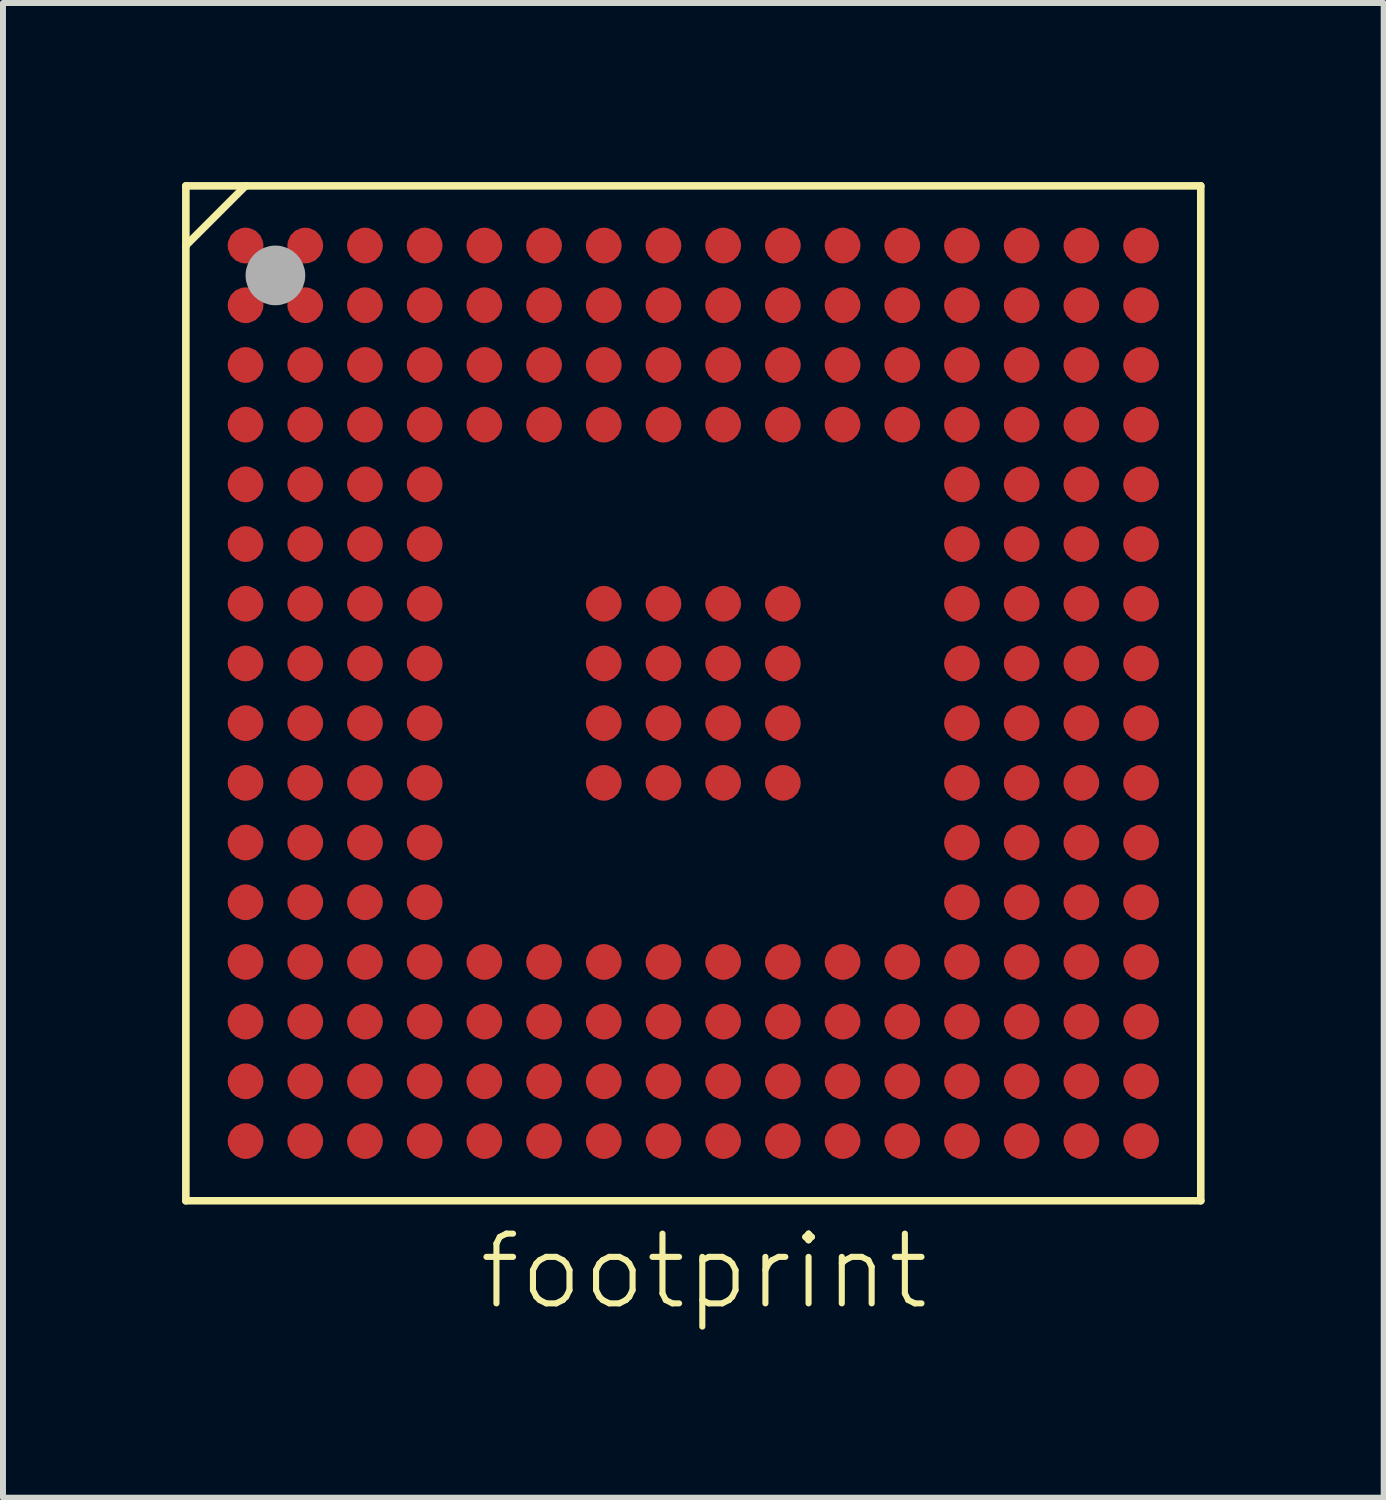
<source format=kicad_pcb>
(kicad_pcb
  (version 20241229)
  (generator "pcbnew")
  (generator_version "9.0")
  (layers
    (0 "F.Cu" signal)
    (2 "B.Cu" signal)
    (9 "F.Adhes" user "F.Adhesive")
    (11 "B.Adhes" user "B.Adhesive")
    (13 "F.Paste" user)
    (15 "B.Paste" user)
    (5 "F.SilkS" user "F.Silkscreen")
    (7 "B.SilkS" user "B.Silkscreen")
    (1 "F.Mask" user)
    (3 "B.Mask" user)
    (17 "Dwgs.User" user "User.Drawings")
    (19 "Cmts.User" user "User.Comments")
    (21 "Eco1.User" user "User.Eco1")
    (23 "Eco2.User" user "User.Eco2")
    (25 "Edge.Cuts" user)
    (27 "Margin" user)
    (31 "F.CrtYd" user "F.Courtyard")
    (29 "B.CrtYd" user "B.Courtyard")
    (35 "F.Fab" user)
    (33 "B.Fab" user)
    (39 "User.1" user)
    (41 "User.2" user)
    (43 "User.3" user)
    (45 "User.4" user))
  (footprint "footprint"
    (layer "F.Cu")
    (at 8.563 8.563)
    (property "Reference" "footprint" (at 4 9 0) (layer "F.SilkS") (effects (font (size 1.168 1.168) (thickness 0.102)) (justify right top)))
    (fp_line (start -8.5 -8.5) (end -8.5 -7.5) (stroke (width 0.127) (type solid)) (layer "F.SilkS"))
    (fp_line (start -8.5 -7.5) (end -8.5 8.5) (stroke (width 0.127) (type solid)) (layer "F.SilkS"))
    (fp_line (start -8.5 -7.5) (end -7.5 -8.5) (stroke (width 0.127) (type solid)) (layer "F.SilkS"))
    (fp_line (start -8.5 8.5) (end 8.5 8.5) (stroke (width 0.127) (type solid)) (layer "F.SilkS"))
    (fp_line (start -7.5 -8.5) (end -8.5 -8.5) (stroke (width 0.127) (type solid)) (layer "F.SilkS"))
    (fp_line (start 8.5 -8.5) (end -7.5 -8.5) (stroke (width 0.127) (type solid)) (layer "F.SilkS"))
    (fp_line (start 8.5 8.5) (end 8.5 -8.5) (stroke (width 0.127) (type solid)) (layer "F.SilkS"))
    (fp_circle (center -7 -7) (end -6.75 -7) (stroke (width 0.5) (type solid)) (fill no) (layer "F.Fab"))
    (pad "A1" smd roundrect (at -7.5 -7.5 180) (size 0.6 0.6) (layers "F.Cu" "F.Mask" "F.Paste") (roundrect_rratio 0.5))
    (pad "A2" smd roundrect (at -6.5 -7.5 180) (size 0.6 0.6) (layers "F.Cu" "F.Mask" "F.Paste") (roundrect_rratio 0.5))
    (pad "A3" smd roundrect (at -5.5 -7.5 180) (size 0.6 0.6) (layers "F.Cu" "F.Mask" "F.Paste") (roundrect_rratio 0.5))
    (pad "A4" smd roundrect (at -4.5 -7.5 180) (size 0.6 0.6) (layers "F.Cu" "F.Mask" "F.Paste") (roundrect_rratio 0.5))
    (pad "A5" smd roundrect (at -3.5 -7.5 180) (size 0.6 0.6) (layers "F.Cu" "F.Mask" "F.Paste") (roundrect_rratio 0.5))
    (pad "A6" smd roundrect (at -2.5 -7.5 180) (size 0.6 0.6) (layers "F.Cu" "F.Mask" "F.Paste") (roundrect_rratio 0.5))
    (pad "A7" smd roundrect (at -1.5 -7.5 180) (size 0.6 0.6) (layers "F.Cu" "F.Mask" "F.Paste") (roundrect_rratio 0.5))
    (pad "A8" smd roundrect (at -0.5 -7.5 180) (size 0.6 0.6) (layers "F.Cu" "F.Mask" "F.Paste") (roundrect_rratio 0.5))
    (pad "A9" smd roundrect (at 0.5 -7.5 180) (size 0.6 0.6) (layers "F.Cu" "F.Mask" "F.Paste") (roundrect_rratio 0.5))
    (pad "A10" smd roundrect (at 1.5 -7.5 180) (size 0.6 0.6) (layers "F.Cu" "F.Mask" "F.Paste") (roundrect_rratio 0.5))
    (pad "A11" smd roundrect (at 2.5 -7.5 180) (size 0.6 0.6) (layers "F.Cu" "F.Mask" "F.Paste") (roundrect_rratio 0.5))
    (pad "A12" smd roundrect (at 3.5 -7.5 180) (size 0.6 0.6) (layers "F.Cu" "F.Mask" "F.Paste") (roundrect_rratio 0.5))
    (pad "A13" smd roundrect (at 4.5 -7.5 180) (size 0.6 0.6) (layers "F.Cu" "F.Mask" "F.Paste") (roundrect_rratio 0.5))
    (pad "A14" smd roundrect (at 5.5 -7.5 180) (size 0.6 0.6) (layers "F.Cu" "F.Mask" "F.Paste") (roundrect_rratio 0.5))
    (pad "A15" smd roundrect (at 6.5 -7.5 180) (size 0.6 0.6) (layers "F.Cu" "F.Mask" "F.Paste") (roundrect_rratio 0.5))
    (pad "A16" smd roundrect (at 7.5 -7.5 180) (size 0.6 0.6) (layers "F.Cu" "F.Mask" "F.Paste") (roundrect_rratio 0.5))
    (pad "B1" smd roundrect (at -7.5 -6.5 180) (size 0.6 0.6) (layers "F.Cu" "F.Mask" "F.Paste") (roundrect_rratio 0.5))
    (pad "B2" smd roundrect (at -6.5 -6.5 180) (size 0.6 0.6) (layers "F.Cu" "F.Mask" "F.Paste") (roundrect_rratio 0.5))
    (pad "B3" smd roundrect (at -5.5 -6.5 180) (size 0.6 0.6) (layers "F.Cu" "F.Mask" "F.Paste") (roundrect_rratio 0.5))
    (pad "B4" smd roundrect (at -4.5 -6.5 180) (size 0.6 0.6) (layers "F.Cu" "F.Mask" "F.Paste") (roundrect_rratio 0.5))
    (pad "B5" smd roundrect (at -3.5 -6.5 180) (size 0.6 0.6) (layers "F.Cu" "F.Mask" "F.Paste") (roundrect_rratio 0.5))
    (pad "B6" smd roundrect (at -2.5 -6.5 180) (size 0.6 0.6) (layers "F.Cu" "F.Mask" "F.Paste") (roundrect_rratio 0.5))
    (pad "B7" smd roundrect (at -1.5 -6.5 180) (size 0.6 0.6) (layers "F.Cu" "F.Mask" "F.Paste") (roundrect_rratio 0.5))
    (pad "B8" smd roundrect (at -0.5 -6.5 180) (size 0.6 0.6) (layers "F.Cu" "F.Mask" "F.Paste") (roundrect_rratio 0.5))
    (pad "B9" smd roundrect (at 0.5 -6.5 180) (size 0.6 0.6) (layers "F.Cu" "F.Mask" "F.Paste") (roundrect_rratio 0.5))
    (pad "B10" smd roundrect (at 1.5 -6.5 180) (size 0.6 0.6) (layers "F.Cu" "F.Mask" "F.Paste") (roundrect_rratio 0.5))
    (pad "B11" smd roundrect (at 2.5 -6.5 180) (size 0.6 0.6) (layers "F.Cu" "F.Mask" "F.Paste") (roundrect_rratio 0.5))
    (pad "B12" smd roundrect (at 3.5 -6.5 180) (size 0.6 0.6) (layers "F.Cu" "F.Mask" "F.Paste") (roundrect_rratio 0.5))
    (pad "B13" smd roundrect (at 4.5 -6.5 180) (size 0.6 0.6) (layers "F.Cu" "F.Mask" "F.Paste") (roundrect_rratio 0.5))
    (pad "B14" smd roundrect (at 5.5 -6.5 180) (size 0.6 0.6) (layers "F.Cu" "F.Mask" "F.Paste") (roundrect_rratio 0.5))
    (pad "B15" smd roundrect (at 6.5 -6.5 180) (size 0.6 0.6) (layers "F.Cu" "F.Mask" "F.Paste") (roundrect_rratio 0.5))
    (pad "B16" smd roundrect (at 7.5 -6.5 180) (size 0.6 0.6) (layers "F.Cu" "F.Mask" "F.Paste") (roundrect_rratio 0.5))
    (pad "C1" smd roundrect (at -7.5 -5.5 180) (size 0.6 0.6) (layers "F.Cu" "F.Mask" "F.Paste") (roundrect_rratio 0.5))
    (pad "C2" smd roundrect (at -6.5 -5.5 180) (size 0.6 0.6) (layers "F.Cu" "F.Mask" "F.Paste") (roundrect_rratio 0.5))
    (pad "C3" smd roundrect (at -5.5 -5.5 180) (size 0.6 0.6) (layers "F.Cu" "F.Mask" "F.Paste") (roundrect_rratio 0.5))
    (pad "C4" smd roundrect (at -4.5 -5.5 180) (size 0.6 0.6) (layers "F.Cu" "F.Mask" "F.Paste") (roundrect_rratio 0.5))
    (pad "C5" smd roundrect (at -3.5 -5.5 180) (size 0.6 0.6) (layers "F.Cu" "F.Mask" "F.Paste") (roundrect_rratio 0.5))
    (pad "C6" smd roundrect (at -2.5 -5.5 180) (size 0.6 0.6) (layers "F.Cu" "F.Mask" "F.Paste") (roundrect_rratio 0.5))
    (pad "C7" smd roundrect (at -1.5 -5.5 180) (size 0.6 0.6) (layers "F.Cu" "F.Mask" "F.Paste") (roundrect_rratio 0.5))
    (pad "C8" smd roundrect (at -0.5 -5.5 180) (size 0.6 0.6) (layers "F.Cu" "F.Mask" "F.Paste") (roundrect_rratio 0.5))
    (pad "C9" smd roundrect (at 0.5 -5.5 180) (size 0.6 0.6) (layers "F.Cu" "F.Mask" "F.Paste") (roundrect_rratio 0.5))
    (pad "C10" smd roundrect (at 1.5 -5.5 180) (size 0.6 0.6) (layers "F.Cu" "F.Mask" "F.Paste") (roundrect_rratio 0.5))
    (pad "C11" smd roundrect (at 2.5 -5.5 180) (size 0.6 0.6) (layers "F.Cu" "F.Mask" "F.Paste") (roundrect_rratio 0.5))
    (pad "C12" smd roundrect (at 3.5 -5.5 180) (size 0.6 0.6) (layers "F.Cu" "F.Mask" "F.Paste") (roundrect_rratio 0.5))
    (pad "C13" smd roundrect (at 4.5 -5.5 180) (size 0.6 0.6) (layers "F.Cu" "F.Mask" "F.Paste") (roundrect_rratio 0.5))
    (pad "C14" smd roundrect (at 5.5 -5.5 180) (size 0.6 0.6) (layers "F.Cu" "F.Mask" "F.Paste") (roundrect_rratio 0.5))
    (pad "C15" smd roundrect (at 6.5 -5.5 180) (size 0.6 0.6) (layers "F.Cu" "F.Mask" "F.Paste") (roundrect_rratio 0.5))
    (pad "C16" smd roundrect (at 7.5 -5.5 180) (size 0.6 0.6) (layers "F.Cu" "F.Mask" "F.Paste") (roundrect_rratio 0.5))
    (pad "D1" smd roundrect (at -7.5 -4.5 180) (size 0.6 0.6) (layers "F.Cu" "F.Mask" "F.Paste") (roundrect_rratio 0.5))
    (pad "D2" smd roundrect (at -6.5 -4.5 180) (size 0.6 0.6) (layers "F.Cu" "F.Mask" "F.Paste") (roundrect_rratio 0.5))
    (pad "D3" smd roundrect (at -5.5 -4.5 180) (size 0.6 0.6) (layers "F.Cu" "F.Mask" "F.Paste") (roundrect_rratio 0.5))
    (pad "D4" smd roundrect (at -4.5 -4.5 180) (size 0.6 0.6) (layers "F.Cu" "F.Mask" "F.Paste") (roundrect_rratio 0.5))
    (pad "D5" smd roundrect (at -3.5 -4.5 180) (size 0.6 0.6) (layers "F.Cu" "F.Mask" "F.Paste") (roundrect_rratio 0.5))
    (pad "D6" smd roundrect (at -2.5 -4.5 180) (size 0.6 0.6) (layers "F.Cu" "F.Mask" "F.Paste") (roundrect_rratio 0.5))
    (pad "D7" smd roundrect (at -1.5 -4.5 180) (size 0.6 0.6) (layers "F.Cu" "F.Mask" "F.Paste") (roundrect_rratio 0.5))
    (pad "D8" smd roundrect (at -0.5 -4.5 180) (size 0.6 0.6) (layers "F.Cu" "F.Mask" "F.Paste") (roundrect_rratio 0.5))
    (pad "D9" smd roundrect (at 0.5 -4.5 180) (size 0.6 0.6) (layers "F.Cu" "F.Mask" "F.Paste") (roundrect_rratio 0.5))
    (pad "D10" smd roundrect (at 1.5 -4.5 180) (size 0.6 0.6) (layers "F.Cu" "F.Mask" "F.Paste") (roundrect_rratio 0.5))
    (pad "D11" smd roundrect (at 2.5 -4.5 180) (size 0.6 0.6) (layers "F.Cu" "F.Mask" "F.Paste") (roundrect_rratio 0.5))
    (pad "D12" smd roundrect (at 3.5 -4.5 180) (size 0.6 0.6) (layers "F.Cu" "F.Mask" "F.Paste") (roundrect_rratio 0.5))
    (pad "D13" smd roundrect (at 4.5 -4.5 180) (size 0.6 0.6) (layers "F.Cu" "F.Mask" "F.Paste") (roundrect_rratio 0.5))
    (pad "D14" smd roundrect (at 5.5 -4.5 180) (size 0.6 0.6) (layers "F.Cu" "F.Mask" "F.Paste") (roundrect_rratio 0.5))
    (pad "D15" smd roundrect (at 6.5 -4.5 180) (size 0.6 0.6) (layers "F.Cu" "F.Mask" "F.Paste") (roundrect_rratio 0.5))
    (pad "D16" smd roundrect (at 7.5 -4.5 180) (size 0.6 0.6) (layers "F.Cu" "F.Mask" "F.Paste") (roundrect_rratio 0.5))
    (pad "E1" smd roundrect (at -7.5 -3.5 180) (size 0.6 0.6) (layers "F.Cu" "F.Mask" "F.Paste") (roundrect_rratio 0.5))
    (pad "E2" smd roundrect (at -6.5 -3.5 180) (size 0.6 0.6) (layers "F.Cu" "F.Mask" "F.Paste") (roundrect_rratio 0.5))
    (pad "E3" smd roundrect (at -5.5 -3.5 180) (size 0.6 0.6) (layers "F.Cu" "F.Mask" "F.Paste") (roundrect_rratio 0.5))
    (pad "E4" smd roundrect (at -4.5 -3.5 180) (size 0.6 0.6) (layers "F.Cu" "F.Mask" "F.Paste") (roundrect_rratio 0.5))
    (pad "E13" smd roundrect (at 4.5 -3.5 180) (size 0.6 0.6) (layers "F.Cu" "F.Mask" "F.Paste") (roundrect_rratio 0.5))
    (pad "E14" smd roundrect (at 5.5 -3.5 180) (size 0.6 0.6) (layers "F.Cu" "F.Mask" "F.Paste") (roundrect_rratio 0.5))
    (pad "E15" smd roundrect (at 6.5 -3.5 180) (size 0.6 0.6) (layers "F.Cu" "F.Mask" "F.Paste") (roundrect_rratio 0.5))
    (pad "E16" smd roundrect (at 7.5 -3.5 180) (size 0.6 0.6) (layers "F.Cu" "F.Mask" "F.Paste") (roundrect_rratio 0.5))
    (pad "F1" smd roundrect (at -7.5 -2.5 180) (size 0.6 0.6) (layers "F.Cu" "F.Mask" "F.Paste") (roundrect_rratio 0.5))
    (pad "F2" smd roundrect (at -6.5 -2.5 180) (size 0.6 0.6) (layers "F.Cu" "F.Mask" "F.Paste") (roundrect_rratio 0.5))
    (pad "F3" smd roundrect (at -5.5 -2.5 180) (size 0.6 0.6) (layers "F.Cu" "F.Mask" "F.Paste") (roundrect_rratio 0.5))
    (pad "F4" smd roundrect (at -4.5 -2.5 180) (size 0.6 0.6) (layers "F.Cu" "F.Mask" "F.Paste") (roundrect_rratio 0.5))
    (pad "F13" smd roundrect (at 4.5 -2.5 180) (size 0.6 0.6) (layers "F.Cu" "F.Mask" "F.Paste") (roundrect_rratio 0.5))
    (pad "F14" smd roundrect (at 5.5 -2.5 180) (size 0.6 0.6) (layers "F.Cu" "F.Mask" "F.Paste") (roundrect_rratio 0.5))
    (pad "F15" smd roundrect (at 6.5 -2.5 180) (size 0.6 0.6) (layers "F.Cu" "F.Mask" "F.Paste") (roundrect_rratio 0.5))
    (pad "F16" smd roundrect (at 7.5 -2.5 180) (size 0.6 0.6) (layers "F.Cu" "F.Mask" "F.Paste") (roundrect_rratio 0.5))
    (pad "G1" smd roundrect (at -7.5 -1.5 180) (size 0.6 0.6) (layers "F.Cu" "F.Mask" "F.Paste") (roundrect_rratio 0.5))
    (pad "G2" smd roundrect (at -6.5 -1.5 180) (size 0.6 0.6) (layers "F.Cu" "F.Mask" "F.Paste") (roundrect_rratio 0.5))
    (pad "G3" smd roundrect (at -5.5 -1.5 180) (size 0.6 0.6) (layers "F.Cu" "F.Mask" "F.Paste") (roundrect_rratio 0.5))
    (pad "G4" smd roundrect (at -4.5 -1.5 180) (size 0.6 0.6) (layers "F.Cu" "F.Mask" "F.Paste") (roundrect_rratio 0.5))
    (pad "G7" smd roundrect (at -1.5 -1.5 180) (size 0.6 0.6) (layers "F.Cu" "F.Mask" "F.Paste") (roundrect_rratio 0.5))
    (pad "G8" smd roundrect (at -0.5 -1.5 180) (size 0.6 0.6) (layers "F.Cu" "F.Mask" "F.Paste") (roundrect_rratio 0.5))
    (pad "G9" smd roundrect (at 0.5 -1.5 180) (size 0.6 0.6) (layers "F.Cu" "F.Mask" "F.Paste") (roundrect_rratio 0.5))
    (pad "G10" smd roundrect (at 1.5 -1.5 180) (size 0.6 0.6) (layers "F.Cu" "F.Mask" "F.Paste") (roundrect_rratio 0.5))
    (pad "G13" smd roundrect (at 4.5 -1.5 180) (size 0.6 0.6) (layers "F.Cu" "F.Mask" "F.Paste") (roundrect_rratio 0.5))
    (pad "G14" smd roundrect (at 5.5 -1.5 180) (size 0.6 0.6) (layers "F.Cu" "F.Mask" "F.Paste") (roundrect_rratio 0.5))
    (pad "G15" smd roundrect (at 6.5 -1.5 180) (size 0.6 0.6) (layers "F.Cu" "F.Mask" "F.Paste") (roundrect_rratio 0.5))
    (pad "G16" smd roundrect (at 7.5 -1.5 180) (size 0.6 0.6) (layers "F.Cu" "F.Mask" "F.Paste") (roundrect_rratio 0.5))
    (pad "H1" smd roundrect (at -7.5 -0.5 180) (size 0.6 0.6) (layers "F.Cu" "F.Mask" "F.Paste") (roundrect_rratio 0.5))
    (pad "H2" smd roundrect (at -6.5 -0.5 180) (size 0.6 0.6) (layers "F.Cu" "F.Mask" "F.Paste") (roundrect_rratio 0.5))
    (pad "H3" smd roundrect (at -5.5 -0.5 180) (size 0.6 0.6) (layers "F.Cu" "F.Mask" "F.Paste") (roundrect_rratio 0.5))
    (pad "H4" smd roundrect (at -4.5 -0.5 180) (size 0.6 0.6) (layers "F.Cu" "F.Mask" "F.Paste") (roundrect_rratio 0.5))
    (pad "H7" smd roundrect (at -1.5 -0.5 180) (size 0.6 0.6) (layers "F.Cu" "F.Mask" "F.Paste") (roundrect_rratio 0.5))
    (pad "H8" smd roundrect (at -0.5 -0.5 180) (size 0.6 0.6) (layers "F.Cu" "F.Mask" "F.Paste") (roundrect_rratio 0.5))
    (pad "H9" smd roundrect (at 0.5 -0.5 180) (size 0.6 0.6) (layers "F.Cu" "F.Mask" "F.Paste") (roundrect_rratio 0.5))
    (pad "H10" smd roundrect (at 1.5 -0.5 180) (size 0.6 0.6) (layers "F.Cu" "F.Mask" "F.Paste") (roundrect_rratio 0.5))
    (pad "H13" smd roundrect (at 4.5 -0.5 180) (size 0.6 0.6) (layers "F.Cu" "F.Mask" "F.Paste") (roundrect_rratio 0.5))
    (pad "H14" smd roundrect (at 5.5 -0.5 180) (size 0.6 0.6) (layers "F.Cu" "F.Mask" "F.Paste") (roundrect_rratio 0.5))
    (pad "H15" smd roundrect (at 6.5 -0.5 180) (size 0.6 0.6) (layers "F.Cu" "F.Mask" "F.Paste") (roundrect_rratio 0.5))
    (pad "H16" smd roundrect (at 7.5 -0.5 180) (size 0.6 0.6) (layers "F.Cu" "F.Mask" "F.Paste") (roundrect_rratio 0.5))
    (pad "J1" smd roundrect (at -7.5 0.5 180) (size 0.6 0.6) (layers "F.Cu" "F.Mask" "F.Paste") (roundrect_rratio 0.5))
    (pad "J2" smd roundrect (at -6.5 0.5 180) (size 0.6 0.6) (layers "F.Cu" "F.Mask" "F.Paste") (roundrect_rratio 0.5))
    (pad "J3" smd roundrect (at -5.5 0.5 180) (size 0.6 0.6) (layers "F.Cu" "F.Mask" "F.Paste") (roundrect_rratio 0.5))
    (pad "J4" smd roundrect (at -4.5 0.5 180) (size 0.6 0.6) (layers "F.Cu" "F.Mask" "F.Paste") (roundrect_rratio 0.5))
    (pad "J7" smd roundrect (at -1.5 0.5 180) (size 0.6 0.6) (layers "F.Cu" "F.Mask" "F.Paste") (roundrect_rratio 0.5))
    (pad "J8" smd roundrect (at -0.5 0.5 180) (size 0.6 0.6) (layers "F.Cu" "F.Mask" "F.Paste") (roundrect_rratio 0.5))
    (pad "J9" smd roundrect (at 0.5 0.5 180) (size 0.6 0.6) (layers "F.Cu" "F.Mask" "F.Paste") (roundrect_rratio 0.5))
    (pad "J10" smd roundrect (at 1.5 0.5 180) (size 0.6 0.6) (layers "F.Cu" "F.Mask" "F.Paste") (roundrect_rratio 0.5))
    (pad "J13" smd roundrect (at 4.5 0.5 180) (size 0.6 0.6) (layers "F.Cu" "F.Mask" "F.Paste") (roundrect_rratio 0.5))
    (pad "J14" smd roundrect (at 5.5 0.5 180) (size 0.6 0.6) (layers "F.Cu" "F.Mask" "F.Paste") (roundrect_rratio 0.5))
    (pad "J15" smd roundrect (at 6.5 0.5 180) (size 0.6 0.6) (layers "F.Cu" "F.Mask" "F.Paste") (roundrect_rratio 0.5))
    (pad "J16" smd roundrect (at 7.5 0.5 180) (size 0.6 0.6) (layers "F.Cu" "F.Mask" "F.Paste") (roundrect_rratio 0.5))
    (pad "K1" smd roundrect (at -7.5 1.5 180) (size 0.6 0.6) (layers "F.Cu" "F.Mask" "F.Paste") (roundrect_rratio 0.5))
    (pad "K2" smd roundrect (at -6.5 1.5 180) (size 0.6 0.6) (layers "F.Cu" "F.Mask" "F.Paste") (roundrect_rratio 0.5))
    (pad "K3" smd roundrect (at -5.5 1.5 180) (size 0.6 0.6) (layers "F.Cu" "F.Mask" "F.Paste") (roundrect_rratio 0.5))
    (pad "K4" smd roundrect (at -4.5 1.5 180) (size 0.6 0.6) (layers "F.Cu" "F.Mask" "F.Paste") (roundrect_rratio 0.5))
    (pad "K7" smd roundrect (at -1.5 1.5 180) (size 0.6 0.6) (layers "F.Cu" "F.Mask" "F.Paste") (roundrect_rratio 0.5))
    (pad "K8" smd roundrect (at -0.5 1.5 180) (size 0.6 0.6) (layers "F.Cu" "F.Mask" "F.Paste") (roundrect_rratio 0.5))
    (pad "K9" smd roundrect (at 0.5 1.5 180) (size 0.6 0.6) (layers "F.Cu" "F.Mask" "F.Paste") (roundrect_rratio 0.5))
    (pad "K10" smd roundrect (at 1.5 1.5 180) (size 0.6 0.6) (layers "F.Cu" "F.Mask" "F.Paste") (roundrect_rratio 0.5))
    (pad "K13" smd roundrect (at 4.5 1.5 180) (size 0.6 0.6) (layers "F.Cu" "F.Mask" "F.Paste") (roundrect_rratio 0.5))
    (pad "K14" smd roundrect (at 5.5 1.5 180) (size 0.6 0.6) (layers "F.Cu" "F.Mask" "F.Paste") (roundrect_rratio 0.5))
    (pad "K15" smd roundrect (at 6.5 1.5 180) (size 0.6 0.6) (layers "F.Cu" "F.Mask" "F.Paste") (roundrect_rratio 0.5))
    (pad "K16" smd roundrect (at 7.5 1.5 180) (size 0.6 0.6) (layers "F.Cu" "F.Mask" "F.Paste") (roundrect_rratio 0.5))
    (pad "L1" smd roundrect (at -7.5 2.5 180) (size 0.6 0.6) (layers "F.Cu" "F.Mask" "F.Paste") (roundrect_rratio 0.5))
    (pad "L2" smd roundrect (at -6.5 2.5 180) (size 0.6 0.6) (layers "F.Cu" "F.Mask" "F.Paste") (roundrect_rratio 0.5))
    (pad "L3" smd roundrect (at -5.5 2.5 180) (size 0.6 0.6) (layers "F.Cu" "F.Mask" "F.Paste") (roundrect_rratio 0.5))
    (pad "L4" smd roundrect (at -4.5 2.5 180) (size 0.6 0.6) (layers "F.Cu" "F.Mask" "F.Paste") (roundrect_rratio 0.5))
    (pad "L13" smd roundrect (at 4.5 2.5 180) (size 0.6 0.6) (layers "F.Cu" "F.Mask" "F.Paste") (roundrect_rratio 0.5))
    (pad "L14" smd roundrect (at 5.5 2.5 180) (size 0.6 0.6) (layers "F.Cu" "F.Mask" "F.Paste") (roundrect_rratio 0.5))
    (pad "L15" smd roundrect (at 6.5 2.5 180) (size 0.6 0.6) (layers "F.Cu" "F.Mask" "F.Paste") (roundrect_rratio 0.5))
    (pad "L16" smd roundrect (at 7.5 2.5 180) (size 0.6 0.6) (layers "F.Cu" "F.Mask" "F.Paste") (roundrect_rratio 0.5))
    (pad "M1" smd roundrect (at -7.5 3.5 180) (size 0.6 0.6) (layers "F.Cu" "F.Mask" "F.Paste") (roundrect_rratio 0.5))
    (pad "M2" smd roundrect (at -6.5 3.5 180) (size 0.6 0.6) (layers "F.Cu" "F.Mask" "F.Paste") (roundrect_rratio 0.5))
    (pad "M3" smd roundrect (at -5.5 3.5 180) (size 0.6 0.6) (layers "F.Cu" "F.Mask" "F.Paste") (roundrect_rratio 0.5))
    (pad "M4" smd roundrect (at -4.5 3.5 180) (size 0.6 0.6) (layers "F.Cu" "F.Mask" "F.Paste") (roundrect_rratio 0.5))
    (pad "M13" smd roundrect (at 4.5 3.5 180) (size 0.6 0.6) (layers "F.Cu" "F.Mask" "F.Paste") (roundrect_rratio 0.5))
    (pad "M14" smd roundrect (at 5.5 3.5 180) (size 0.6 0.6) (layers "F.Cu" "F.Mask" "F.Paste") (roundrect_rratio 0.5))
    (pad "M15" smd roundrect (at 6.5 3.5 180) (size 0.6 0.6) (layers "F.Cu" "F.Mask" "F.Paste") (roundrect_rratio 0.5))
    (pad "M16" smd roundrect (at 7.5 3.5 180) (size 0.6 0.6) (layers "F.Cu" "F.Mask" "F.Paste") (roundrect_rratio 0.5))
    (pad "N1" smd roundrect (at -7.5 4.5 180) (size 0.6 0.6) (layers "F.Cu" "F.Mask" "F.Paste") (roundrect_rratio 0.5))
    (pad "N2" smd roundrect (at -6.5 4.5 180) (size 0.6 0.6) (layers "F.Cu" "F.Mask" "F.Paste") (roundrect_rratio 0.5))
    (pad "N3" smd roundrect (at -5.5 4.5 180) (size 0.6 0.6) (layers "F.Cu" "F.Mask" "F.Paste") (roundrect_rratio 0.5))
    (pad "N4" smd roundrect (at -4.5 4.5 180) (size 0.6 0.6) (layers "F.Cu" "F.Mask" "F.Paste") (roundrect_rratio 0.5))
    (pad "N5" smd roundrect (at -3.5 4.5 180) (size 0.6 0.6) (layers "F.Cu" "F.Mask" "F.Paste") (roundrect_rratio 0.5))
    (pad "N6" smd roundrect (at -2.5 4.5 180) (size 0.6 0.6) (layers "F.Cu" "F.Mask" "F.Paste") (roundrect_rratio 0.5))
    (pad "N7" smd roundrect (at -1.5 4.5 180) (size 0.6 0.6) (layers "F.Cu" "F.Mask" "F.Paste") (roundrect_rratio 0.5))
    (pad "N8" smd roundrect (at -0.5 4.5 180) (size 0.6 0.6) (layers "F.Cu" "F.Mask" "F.Paste") (roundrect_rratio 0.5))
    (pad "N9" smd roundrect (at 0.5 4.5 180) (size 0.6 0.6) (layers "F.Cu" "F.Mask" "F.Paste") (roundrect_rratio 0.5))
    (pad "N10" smd roundrect (at 1.5 4.5 180) (size 0.6 0.6) (layers "F.Cu" "F.Mask" "F.Paste") (roundrect_rratio 0.5))
    (pad "N11" smd roundrect (at 2.5 4.5 180) (size 0.6 0.6) (layers "F.Cu" "F.Mask" "F.Paste") (roundrect_rratio 0.5))
    (pad "N12" smd roundrect (at 3.5 4.5 180) (size 0.6 0.6) (layers "F.Cu" "F.Mask" "F.Paste") (roundrect_rratio 0.5))
    (pad "N13" smd roundrect (at 4.5 4.5 180) (size 0.6 0.6) (layers "F.Cu" "F.Mask" "F.Paste") (roundrect_rratio 0.5))
    (pad "N14" smd roundrect (at 5.5 4.5 180) (size 0.6 0.6) (layers "F.Cu" "F.Mask" "F.Paste") (roundrect_rratio 0.5))
    (pad "N15" smd roundrect (at 6.5 4.5 180) (size 0.6 0.6) (layers "F.Cu" "F.Mask" "F.Paste") (roundrect_rratio 0.5))
    (pad "N16" smd roundrect (at 7.5 4.5 180) (size 0.6 0.6) (layers "F.Cu" "F.Mask" "F.Paste") (roundrect_rratio 0.5))
    (pad "P1" smd roundrect (at -7.5 5.5 180) (size 0.6 0.6) (layers "F.Cu" "F.Mask" "F.Paste") (roundrect_rratio 0.5))
    (pad "P2" smd roundrect (at -6.5 5.5 180) (size 0.6 0.6) (layers "F.Cu" "F.Mask" "F.Paste") (roundrect_rratio 0.5))
    (pad "P3" smd roundrect (at -5.5 5.5 180) (size 0.6 0.6) (layers "F.Cu" "F.Mask" "F.Paste") (roundrect_rratio 0.5))
    (pad "P4" smd roundrect (at -4.5 5.5 180) (size 0.6 0.6) (layers "F.Cu" "F.Mask" "F.Paste") (roundrect_rratio 0.5))
    (pad "P5" smd roundrect (at -3.5 5.5 180) (size 0.6 0.6) (layers "F.Cu" "F.Mask" "F.Paste") (roundrect_rratio 0.5))
    (pad "P6" smd roundrect (at -2.5 5.5 180) (size 0.6 0.6) (layers "F.Cu" "F.Mask" "F.Paste") (roundrect_rratio 0.5))
    (pad "P7" smd roundrect (at -1.5 5.5 180) (size 0.6 0.6) (layers "F.Cu" "F.Mask" "F.Paste") (roundrect_rratio 0.5))
    (pad "P8" smd roundrect (at -0.5 5.5 180) (size 0.6 0.6) (layers "F.Cu" "F.Mask" "F.Paste") (roundrect_rratio 0.5))
    (pad "P9" smd roundrect (at 0.5 5.5 180) (size 0.6 0.6) (layers "F.Cu" "F.Mask" "F.Paste") (roundrect_rratio 0.5))
    (pad "P10" smd roundrect (at 1.5 5.5 180) (size 0.6 0.6) (layers "F.Cu" "F.Mask" "F.Paste") (roundrect_rratio 0.5))
    (pad "P11" smd roundrect (at 2.5 5.5 180) (size 0.6 0.6) (layers "F.Cu" "F.Mask" "F.Paste") (roundrect_rratio 0.5))
    (pad "P12" smd roundrect (at 3.5 5.5 180) (size 0.6 0.6) (layers "F.Cu" "F.Mask" "F.Paste") (roundrect_rratio 0.5))
    (pad "P13" smd roundrect (at 4.5 5.5 180) (size 0.6 0.6) (layers "F.Cu" "F.Mask" "F.Paste") (roundrect_rratio 0.5))
    (pad "P14" smd roundrect (at 5.5 5.5 180) (size 0.6 0.6) (layers "F.Cu" "F.Mask" "F.Paste") (roundrect_rratio 0.5))
    (pad "P15" smd roundrect (at 6.5 5.5 180) (size 0.6 0.6) (layers "F.Cu" "F.Mask" "F.Paste") (roundrect_rratio 0.5))
    (pad "P16" smd roundrect (at 7.5 5.5 180) (size 0.6 0.6) (layers "F.Cu" "F.Mask" "F.Paste") (roundrect_rratio 0.5))
    (pad "R1" smd roundrect (at -7.5 6.5 180) (size 0.6 0.6) (layers "F.Cu" "F.Mask" "F.Paste") (roundrect_rratio 0.5))
    (pad "R2" smd roundrect (at -6.5 6.5 180) (size 0.6 0.6) (layers "F.Cu" "F.Mask" "F.Paste") (roundrect_rratio 0.5))
    (pad "R3" smd roundrect (at -5.5 6.5 180) (size 0.6 0.6) (layers "F.Cu" "F.Mask" "F.Paste") (roundrect_rratio 0.5))
    (pad "R4" smd roundrect (at -4.5 6.5 180) (size 0.6 0.6) (layers "F.Cu" "F.Mask" "F.Paste") (roundrect_rratio 0.5))
    (pad "R5" smd roundrect (at -3.5 6.5 180) (size 0.6 0.6) (layers "F.Cu" "F.Mask" "F.Paste") (roundrect_rratio 0.5))
    (pad "R6" smd roundrect (at -2.5 6.5 180) (size 0.6 0.6) (layers "F.Cu" "F.Mask" "F.Paste") (roundrect_rratio 0.5))
    (pad "R7" smd roundrect (at -1.5 6.5 180) (size 0.6 0.6) (layers "F.Cu" "F.Mask" "F.Paste") (roundrect_rratio 0.5))
    (pad "R8" smd roundrect (at -0.5 6.5 180) (size 0.6 0.6) (layers "F.Cu" "F.Mask" "F.Paste") (roundrect_rratio 0.5))
    (pad "R9" smd roundrect (at 0.5 6.5 180) (size 0.6 0.6) (layers "F.Cu" "F.Mask" "F.Paste") (roundrect_rratio 0.5))
    (pad "R10" smd roundrect (at 1.5 6.5 180) (size 0.6 0.6) (layers "F.Cu" "F.Mask" "F.Paste") (roundrect_rratio 0.5))
    (pad "R11" smd roundrect (at 2.5 6.5 180) (size 0.6 0.6) (layers "F.Cu" "F.Mask" "F.Paste") (roundrect_rratio 0.5))
    (pad "R12" smd roundrect (at 3.5 6.5 180) (size 0.6 0.6) (layers "F.Cu" "F.Mask" "F.Paste") (roundrect_rratio 0.5))
    (pad "R13" smd roundrect (at 4.5 6.5 180) (size 0.6 0.6) (layers "F.Cu" "F.Mask" "F.Paste") (roundrect_rratio 0.5))
    (pad "R14" smd roundrect (at 5.5 6.5 180) (size 0.6 0.6) (layers "F.Cu" "F.Mask" "F.Paste") (roundrect_rratio 0.5))
    (pad "R15" smd roundrect (at 6.5 6.5 180) (size 0.6 0.6) (layers "F.Cu" "F.Mask" "F.Paste") (roundrect_rratio 0.5))
    (pad "R16" smd roundrect (at 7.5 6.5 180) (size 0.6 0.6) (layers "F.Cu" "F.Mask" "F.Paste") (roundrect_rratio 0.5))
    (pad "T1" smd roundrect (at -7.5 7.5 180) (size 0.6 0.6) (layers "F.Cu" "F.Mask" "F.Paste") (roundrect_rratio 0.5))
    (pad "T2" smd roundrect (at -6.5 7.5 180) (size 0.6 0.6) (layers "F.Cu" "F.Mask" "F.Paste") (roundrect_rratio 0.5))
    (pad "T3" smd roundrect (at -5.5 7.5 180) (size 0.6 0.6) (layers "F.Cu" "F.Mask" "F.Paste") (roundrect_rratio 0.5))
    (pad "T4" smd roundrect (at -4.5 7.5 180) (size 0.6 0.6) (layers "F.Cu" "F.Mask" "F.Paste") (roundrect_rratio 0.5))
    (pad "T5" smd roundrect (at -3.5 7.5 180) (size 0.6 0.6) (layers "F.Cu" "F.Mask" "F.Paste") (roundrect_rratio 0.5))
    (pad "T6" smd roundrect (at -2.5 7.5 180) (size 0.6 0.6) (layers "F.Cu" "F.Mask" "F.Paste") (roundrect_rratio 0.5))
    (pad "T7" smd roundrect (at -1.5 7.5 180) (size 0.6 0.6) (layers "F.Cu" "F.Mask" "F.Paste") (roundrect_rratio 0.5))
    (pad "T8" smd roundrect (at -0.5 7.5 180) (size 0.6 0.6) (layers "F.Cu" "F.Mask" "F.Paste") (roundrect_rratio 0.5))
    (pad "T9" smd roundrect (at 0.5 7.5 180) (size 0.6 0.6) (layers "F.Cu" "F.Mask" "F.Paste") (roundrect_rratio 0.5))
    (pad "T10" smd roundrect (at 1.5 7.5 180) (size 0.6 0.6) (layers "F.Cu" "F.Mask" "F.Paste") (roundrect_rratio 0.5))
    (pad "T11" smd roundrect (at 2.5 7.5 180) (size 0.6 0.6) (layers "F.Cu" "F.Mask" "F.Paste") (roundrect_rratio 0.5))
    (pad "T12" smd roundrect (at 3.5 7.5 180) (size 0.6 0.6) (layers "F.Cu" "F.Mask" "F.Paste") (roundrect_rratio 0.5))
    (pad "T13" smd roundrect (at 4.5 7.5 180) (size 0.6 0.6) (layers "F.Cu" "F.Mask" "F.Paste") (roundrect_rratio 0.5))
    (pad "T14" smd roundrect (at 5.5 7.5 180) (size 0.6 0.6) (layers "F.Cu" "F.Mask" "F.Paste") (roundrect_rratio 0.5))
    (pad "T15" smd roundrect (at 6.5 7.5 180) (size 0.6 0.6) (layers "F.Cu" "F.Mask" "F.Paste") (roundrect_rratio 0.5))
    (pad "T16" smd roundrect (at 7.5 7.5 180) (size 0.6 0.6) (layers "F.Cu" "F.Mask" "F.Paste") (roundrect_rratio 0.5)))
  (gr_rect
    (start -3 -3)
    (end 20.127 22.037)
    (stroke (width 0.1) (type default))
    (fill no)
    (layer "Edge.Cuts")))
</source>
